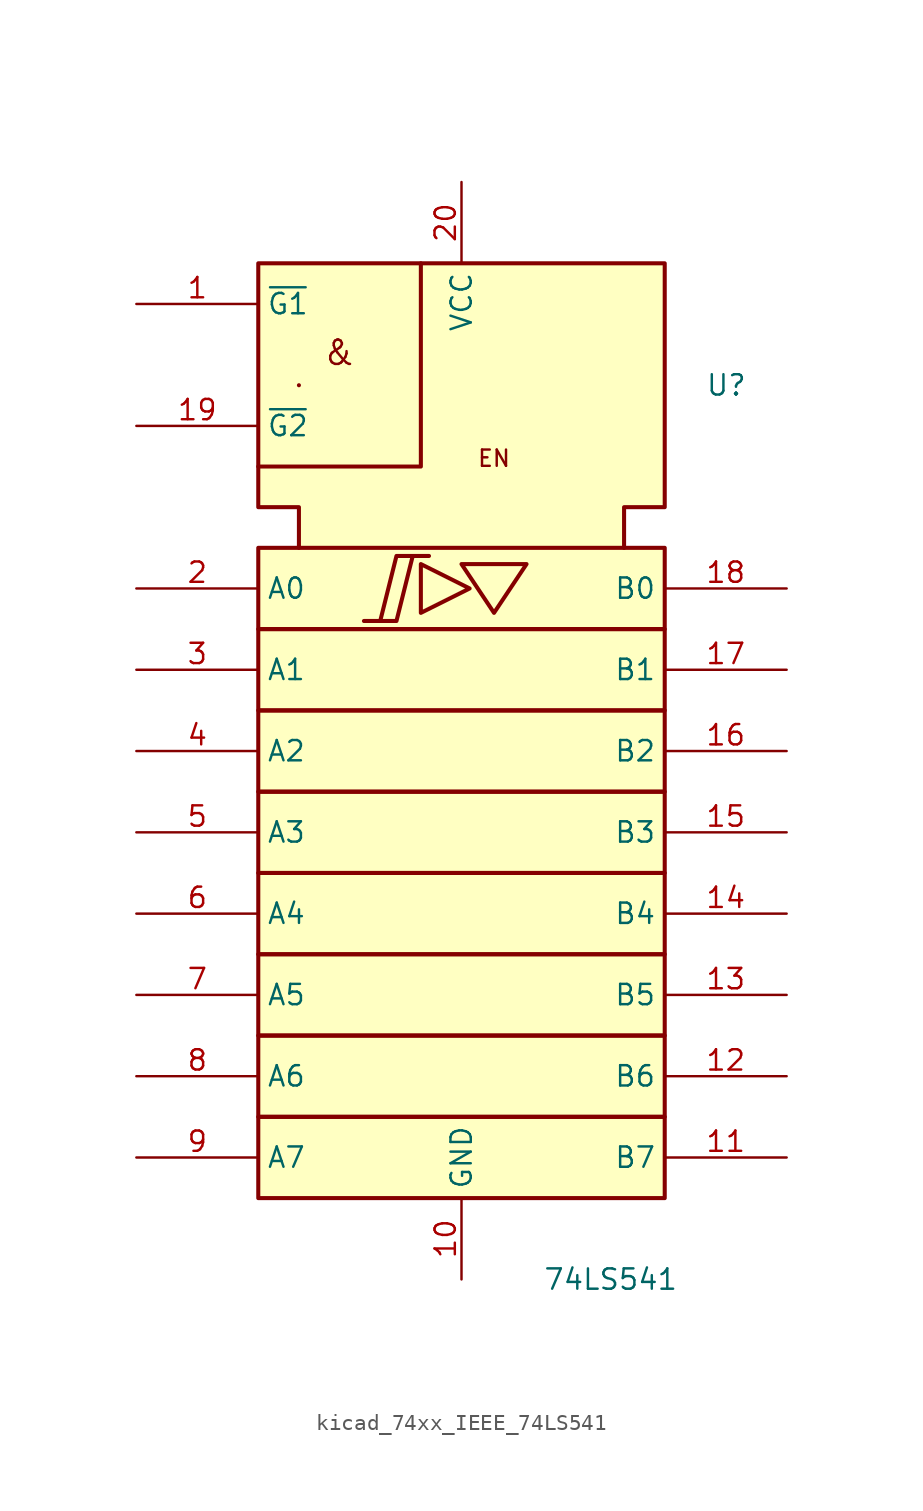
<source format=kicad_sym>
(kicad_symbol_lib
  (version 20220914)
  (generator kicad_symbol_editor)
  (symbol "kicad_74xx_IEEE_74LS541"
    (property "Reference" "U"
      (at 15.24 25.4 0)
      (effects (font (size 1.27 1.27)) (justify left)))
    (property "Value" "74LS541"
      (at 5.08 -30.48 0)
      (effects (font (size 1.27 1.27)) (justify left)))
    (symbol "kicad_74xx_IEEE_74LS541_0_0"
      (polyline (pts (xy -10.16 25.4) (xy -10.16 25.4) (xy -10.16 25.4)) (stroke (width 0.254) (type default)) (fill (type background)))
      (polyline (pts (xy -2.54 33.02) (xy -2.54 20.32) (xy -12.7 20.32) (xy -12.7 20.32)) (stroke (width 0.254) (type default)) (fill (type background)))
      (polyline (pts (xy -2.54 14.224) (xy -2.54 11.176) (xy 0.508 12.7) (xy -2.54 14.224) (xy -2.54 14.224)) (stroke (width 0.254) (type default)) (fill (type background)))
      (polyline (pts (xy 0 14.224) (xy 4.064 14.224) (xy 2.032 11.176) (xy 0 14.224) (xy 0 14.224)) (stroke (width 0.254) (type default)) (fill (type background)))
      (polyline (pts (xy -6.096 10.668) (xy -4.064 10.668) (xy -3.048 14.732) (xy -2.032 14.732) (xy -4.064 14.732) (xy -5.08 10.668) (xy -5.08 10.668)) (stroke (width 0.254) (type default)) (fill (type background)))
      (text "&" (at -7.62 27.432 0) (effects (font (size 1.524 1.524))))
      (text "EN" (at 2.032 20.828 0) (effects (font (size 1.016 1.016))))
      (pin power_in line (at 0 -30.48 90) (length 5.08) (name "GND" (effects (font (size 1.27 1.27)))) (number "10" (effects (font (size 1.27 1.27)))))
      (pin power_in line (at 0 38.1 270) (length 5.08) (name "VCC" (effects (font (size 1.27 1.27)))) (number "20" (effects (font (size 1.27 1.27))))))
    (symbol "kicad_74xx_IEEE_74LS541_0_1"
      (rectangle (start -12.7 -20.32) (end 12.7 -25.4) (stroke (width 0.254) (type default)) (fill (type background)))
      (rectangle (start -12.7 -15.24) (end 12.7 -20.32) (stroke (width 0.254) (type default)) (fill (type background)))
      (rectangle (start -12.7 -10.16) (end 12.7 -15.24) (stroke (width 0.254) (type default)) (fill (type background)))
      (rectangle (start -12.7 -5.08) (end 12.7 -10.16) (stroke (width 0.254) (type default)) (fill (type background)))
      (rectangle (start -12.7 0) (end 12.7 -5.08) (stroke (width 0.254) (type default)) (fill (type background)))
      (rectangle (start -12.7 5.08) (end 12.7 0) (stroke (width 0.254) (type default)) (fill (type background)))
      (rectangle (start -12.7 10.16) (end 12.7 5.08) (stroke (width 0.254) (type default)) (fill (type background)))
      (rectangle (start -12.7 15.24) (end 12.7 10.16) (stroke (width 0.254) (type default)) (fill (type background)))
      (polyline (pts (xy -10.16 15.24) (xy -10.16 17.78) (xy -12.7 17.78) (xy -12.7 33.02) (xy 12.7 33.02) (xy 12.7 17.78) (xy 10.16 17.78) (xy 10.16 15.24) (xy 10.16 15.24)) (stroke (width 0.254) (type default)) (fill (type background))))
    (symbol "kicad_74xx_IEEE_74LS541_1_1"
      (pin input line (at -20.32 30.48 0) (length 7.62) (name "~{G1}" (effects (font (size 1.27 1.27)))) (number "1" (effects (font (size 1.27 1.27)))))
      (pin tri_state line (at 20.32 -22.86 180) (length 7.62) (name "B7" (effects (font (size 1.27 1.27)))) (number "11" (effects (font (size 1.27 1.27)))))
      (pin tri_state line (at 20.32 -17.78 180) (length 7.62) (name "B6" (effects (font (size 1.27 1.27)))) (number "12" (effects (font (size 1.27 1.27)))))
      (pin tri_state line (at 20.32 -12.7 180) (length 7.62) (name "B5" (effects (font (size 1.27 1.27)))) (number "13" (effects (font (size 1.27 1.27)))))
      (pin tri_state line (at 20.32 -7.62 180) (length 7.62) (name "B4" (effects (font (size 1.27 1.27)))) (number "14" (effects (font (size 1.27 1.27)))))
      (pin tri_state line (at 20.32 -2.54 180) (length 7.62) (name "B3" (effects (font (size 1.27 1.27)))) (number "15" (effects (font (size 1.27 1.27)))))
      (pin tri_state line (at 20.32 2.54 180) (length 7.62) (name "B2" (effects (font (size 1.27 1.27)))) (number "16" (effects (font (size 1.27 1.27)))))
      (pin tri_state line (at 20.32 7.62 180) (length 7.62) (name "B1" (effects (font (size 1.27 1.27)))) (number "17" (effects (font (size 1.27 1.27)))))
      (pin tri_state line (at 20.32 12.7 180) (length 7.62) (name "B0" (effects (font (size 1.27 1.27)))) (number "18" (effects (font (size 1.27 1.27)))))
      (pin input line (at -20.32 22.86 0) (length 7.62) (name "~{G2}" (effects (font (size 1.27 1.27)))) (number "19" (effects (font (size 1.27 1.27)))))
      (pin input line (at -20.32 12.7 0) (length 7.62) (name "A0" (effects (font (size 1.27 1.27)))) (number "2" (effects (font (size 1.27 1.27)))))
      (pin input line (at -20.32 7.62 0) (length 7.62) (name "A1" (effects (font (size 1.27 1.27)))) (number "3" (effects (font (size 1.27 1.27)))))
      (pin input line (at -20.32 2.54 0) (length 7.62) (name "A2" (effects (font (size 1.27 1.27)))) (number "4" (effects (font (size 1.27 1.27)))))
      (pin input line (at -20.32 -2.54 0) (length 7.62) (name "A3" (effects (font (size 1.27 1.27)))) (number "5" (effects (font (size 1.27 1.27)))))
      (pin input line (at -20.32 -7.62 0) (length 7.62) (name "A4" (effects (font (size 1.27 1.27)))) (number "6" (effects (font (size 1.27 1.27)))))
      (pin input line (at -20.32 -12.7 0) (length 7.62) (name "A5" (effects (font (size 1.27 1.27)))) (number "7" (effects (font (size 1.27 1.27)))))
      (pin input line (at -20.32 -17.78 0) (length 7.62) (name "A6" (effects (font (size 1.27 1.27)))) (number "8" (effects (font (size 1.27 1.27)))))
      (pin input line (at -20.32 -22.86 0) (length 7.62) (name "A7" (effects (font (size 1.27 1.27)))) (number "9" (effects (font (size 1.27 1.27))))))))
</source>
